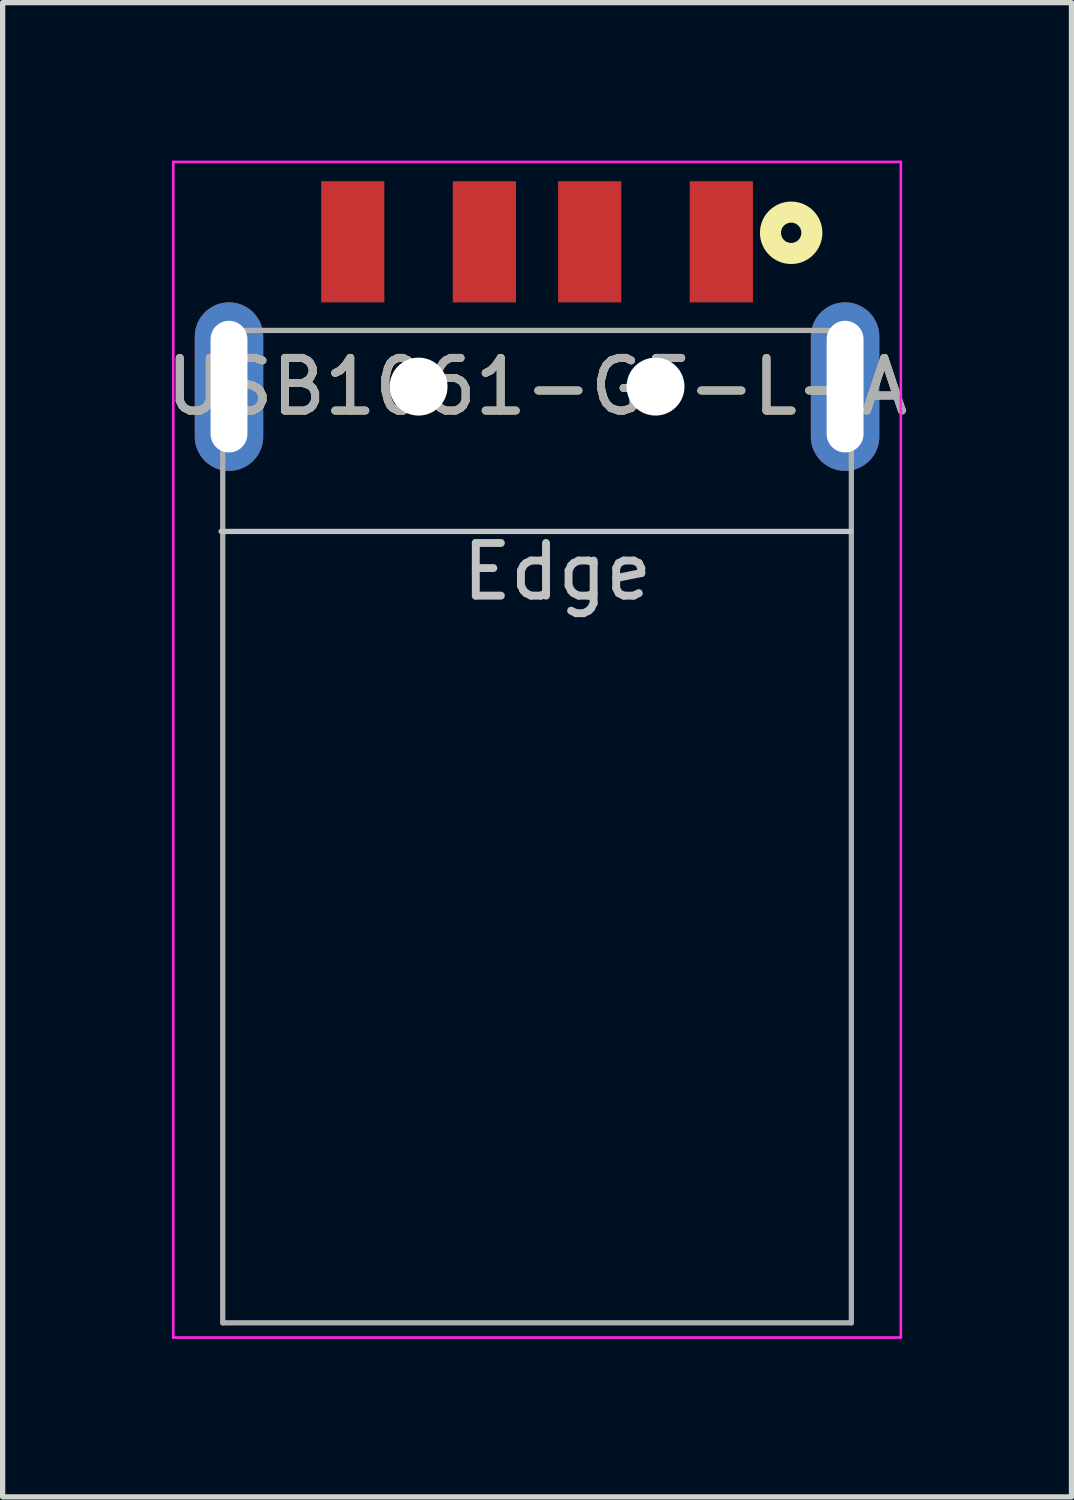
<source format=kicad_pcb>
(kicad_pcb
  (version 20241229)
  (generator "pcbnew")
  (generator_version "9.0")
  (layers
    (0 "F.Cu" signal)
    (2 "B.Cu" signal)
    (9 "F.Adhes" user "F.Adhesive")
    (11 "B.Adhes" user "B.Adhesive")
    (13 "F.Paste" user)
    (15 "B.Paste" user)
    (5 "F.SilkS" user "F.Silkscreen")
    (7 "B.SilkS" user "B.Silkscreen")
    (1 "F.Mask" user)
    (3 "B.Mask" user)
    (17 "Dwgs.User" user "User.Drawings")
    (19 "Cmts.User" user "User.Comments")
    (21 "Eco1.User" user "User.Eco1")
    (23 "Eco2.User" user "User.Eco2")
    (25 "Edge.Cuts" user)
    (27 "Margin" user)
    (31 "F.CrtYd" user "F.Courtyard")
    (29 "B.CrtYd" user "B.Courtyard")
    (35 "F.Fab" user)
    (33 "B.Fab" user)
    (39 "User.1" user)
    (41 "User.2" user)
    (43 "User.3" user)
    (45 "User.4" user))
  (footprint "USB1061-GF-L-A"
    (layer "F.Cu")
    (at 7.149 4.292)
    (property "Reference" "USB1061-GF-L-A" (at 0 0 0) (unlocked yes) (layer "F.SilkS") (effects (font (size 1 1) (thickness 0.15))))
    (attr through_hole)
    (fp_circle (center 4.826 -2.921) (end 5.019 -2.921) (stroke (width 0.4) (type solid)) (fill no) (layer "F.SilkS"))
    (fp_line (start -6 2.75) (end 5.95 2.75) (stroke (width 0.1) (type default)) (layer "Dwgs.User"))
    (fp_line (start -6.909 -4.267) (end 6.909 -4.267) (stroke (width 0.05) (type solid)) (layer "F.CrtYd"))
    (fp_line (start -6.909 18.059) (end -6.909 -4.267) (stroke (width 0.05) (type solid)) (layer "F.CrtYd"))
    (fp_line (start -6.909 18.059) (end 6.909 18.059) (stroke (width 0.05) (type solid)) (layer "F.CrtYd"))
    (fp_line (start 6.909 18.059) (end 6.909 -4.267) (stroke (width 0.05) (type solid)) (layer "F.CrtYd"))
    (fp_line (start -5.969 -1.067) (end 5.969 -1.067) (stroke (width 0.1) (type solid)) (layer "F.Fab"))
    (fp_line (start -5.969 17.78) (end -5.969 -1.066) (stroke (width 0.1) (type solid)) (layer "F.Fab"))
    (fp_line (start -5.969 17.78) (end 5.969 17.78) (stroke (width 0.1) (type solid)) (layer "F.Fab"))
    (fp_line (start 5.969 17.78) (end 5.969 -1.066) (stroke (width 0.1) (type solid)) (layer "F.Fab"))
    (fp_text user "Edge" (at -1.5 4.1 0) (unlocked yes) (layer "Dwgs.User") (effects (font (size 1 1) (thickness 0.15)) (justify left bottom)))
    (fp_text user "${REFERENCE}" (at 0 0 0) (unlocked yes) (layer "F.Fab") (effects (font (size 1 1) (thickness 0.15))))
    (pad "" np_thru_hole circle (at -2.25 0) (size 1.1 1.1) (drill 1.1) (layers "*.Cu" "*.Mask"))
    (pad "" np_thru_hole circle (at 2.25 0) (size 1.1 1.1) (drill 1.1) (layers "*.Cu" "*.Mask"))
    (pad "1" smd rect (at 3.5 -2.75) (size 1.2 2.3) (layers "F.Cu" "F.Mask" "F.Paste"))
    (pad "2" smd rect (at 1 -2.75) (size 1.2 2.3) (layers "F.Cu" "F.Mask" "F.Paste"))
    (pad "3" smd rect (at -1 -2.75) (size 1.2 2.3) (layers "F.Cu" "F.Mask" "F.Paste"))
    (pad "4" smd rect (at -3.5 -2.75) (size 1.2 2.3) (layers "F.Cu" "F.Mask" "F.Paste"))
    (pad "5" thru_hole oval (at -5.85 0 90) (size 3.2 1.3) (drill oval 2.5 0.7) (layers "*.Cu" "*.Mask"))
    (pad "5" thru_hole oval (at 5.85 0 90) (size 3.2 1.3) (drill oval 2.5 0.7) (layers "*.Cu" "*.Mask")))
  (gr_rect
    (start -3 -3)
    (end 17.298 25.377)
    (stroke (width 0.1) (type default))
    (fill no)
    (layer "Edge.Cuts")))
</source>
